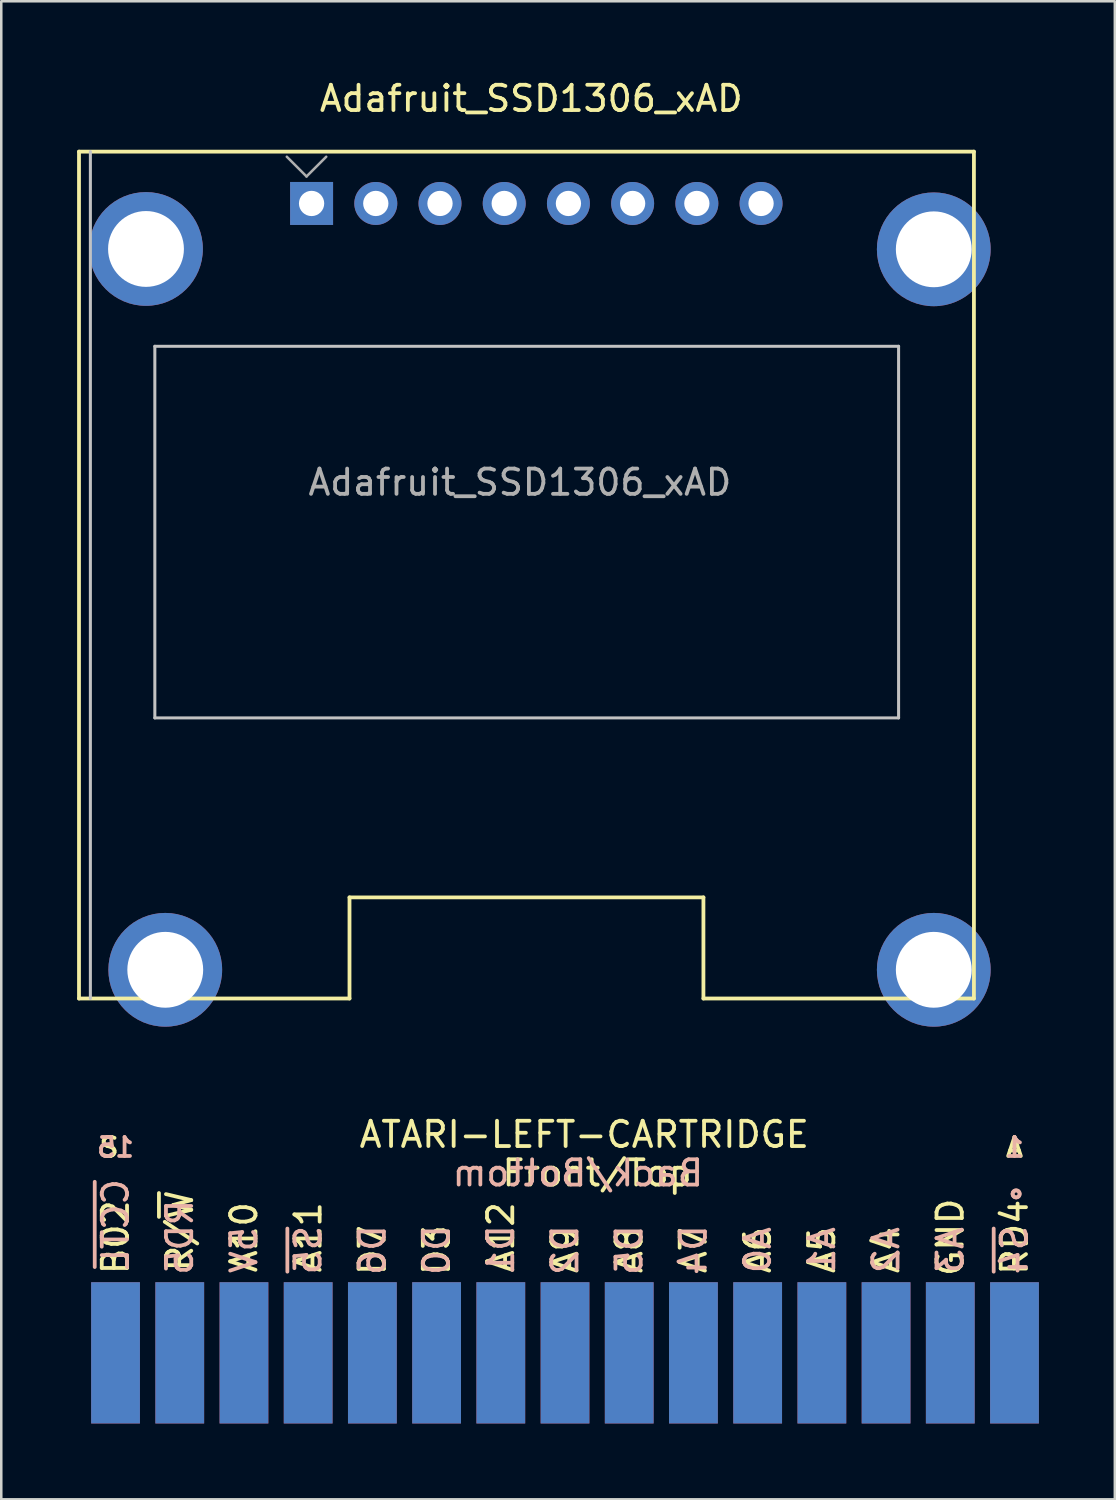
<source format=kicad_pcb>
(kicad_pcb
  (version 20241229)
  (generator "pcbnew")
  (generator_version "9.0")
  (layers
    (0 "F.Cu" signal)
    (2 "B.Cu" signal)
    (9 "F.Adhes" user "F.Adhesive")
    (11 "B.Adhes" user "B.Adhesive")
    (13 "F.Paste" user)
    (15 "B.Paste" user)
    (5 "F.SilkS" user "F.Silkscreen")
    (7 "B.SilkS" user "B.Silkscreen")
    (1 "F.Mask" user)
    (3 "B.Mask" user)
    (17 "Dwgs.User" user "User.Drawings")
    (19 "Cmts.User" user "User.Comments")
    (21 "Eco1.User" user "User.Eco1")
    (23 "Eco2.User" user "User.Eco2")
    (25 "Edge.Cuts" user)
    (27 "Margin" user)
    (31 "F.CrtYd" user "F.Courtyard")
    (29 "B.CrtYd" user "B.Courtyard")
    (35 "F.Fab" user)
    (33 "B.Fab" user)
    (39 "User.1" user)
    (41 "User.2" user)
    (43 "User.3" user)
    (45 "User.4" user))
  (footprint "Adafruit_SSD1306_xAD"
    (layer "F.Cu")
    (at 9.075 5.848)
    (property "Reference" "Adafruit_SSD1306_xAD" (at 8.89 -5 0) (layer "F.SilkS") (effects (font (size 1 1) (thickness 0.15))))
    (attr through_hole)
    (fp_line (start -9 -2.9) (end -9 30.6) (stroke (width 0.15) (type solid)) (layer "F.SilkS"))
    (fp_line (start -9 30.6) (end 1.7 30.6) (stroke (width 0.15) (type solid)) (layer "F.SilkS"))
    (fp_line (start 1.7 26.6) (end 15.7 26.6) (stroke (width 0.15) (type solid)) (layer "F.SilkS"))
    (fp_line (start 1.7 30.6) (end 1.7 26.6) (stroke (width 0.15) (type solid)) (layer "F.SilkS"))
    (fp_line (start 15.7 26.6) (end 15.7 30.6) (stroke (width 0.15) (type solid)) (layer "F.SilkS"))
    (fp_line (start 15.7 30.6) (end 26.4 30.6) (stroke (width 0.15) (type solid)) (layer "F.SilkS"))
    (fp_line (start 26.4 -2.9) (end -9 -2.9) (stroke (width 0.15) (type solid)) (layer "F.SilkS"))
    (fp_line (start 26.4 30.6) (end 26.4 -2.9) (stroke (width 0.15) (type solid)) (layer "F.SilkS"))
    (fp_line (start -8.55 -2.9) (end -8.55 30.6) (stroke (width 0.12) (type solid)) (layer "Dwgs.User"))
    (fp_line (start -6 4.8) (end -6 19.5) (stroke (width 0.12) (type solid)) (layer "Dwgs.User"))
    (fp_line (start -6 4.8) (end 23.42 4.8) (stroke (width 0.12) (type solid)) (layer "Dwgs.User"))
    (fp_line (start -6 19.5) (end 23.42 19.5) (stroke (width 0.12) (type solid)) (layer "Dwgs.User"))
    (fp_line (start 23.42 4.8) (end 23.42 19.5) (stroke (width 0.12) (type solid)) (layer "Dwgs.User"))
    (fp_line (start -0.78 -2.698) (end 0 -1.918) (stroke (width 0.1) (type solid)) (layer "F.Fab"))
    (fp_line (start 0 -1.918) (end 0.78 -2.698) (stroke (width 0.1) (type solid)) (layer "F.Fab"))
    (fp_text user "${REFERENCE}" (at 8.44 10.182 0) (layer "F.Fab") (effects (font (size 1 1) (thickness 0.15))))
    (pad "1" thru_hole rect (at 0.2 -0.85) (size 1.7 1.7) (drill 1) (layers "*.Cu" "*.Mask"))
    (pad "2" thru_hole circle (at 2.74 -0.85) (size 1.7 1.7) (drill 1) (layers "*.Cu" "*.Mask"))
    (pad "3" thru_hole circle (at 5.28 -0.85) (size 1.7 1.7) (drill 1) (layers "*.Cu" "*.Mask"))
    (pad "4" thru_hole circle (at 7.82 -0.85) (size 1.7 1.7) (drill 1) (layers "*.Cu" "*.Mask"))
    (pad "5" thru_hole circle (at 10.36 -0.85) (size 1.7 1.7) (drill 1) (layers "*.Cu" "*.Mask"))
    (pad "6" thru_hole circle (at 12.9 -0.85) (size 1.7 1.7) (drill 1) (layers "*.Cu" "*.Mask"))
    (pad "7" thru_hole circle (at 15.44 -0.85) (size 1.7 1.7) (drill 1) (layers "*.Cu" "*.Mask"))
    (pad "8" thru_hole circle (at 17.98 -0.85) (size 1.7 1.7) (drill 1) (layers "*.Cu" "*.Mask"))
    (pad "9" thru_hole circle (at -6.35 0.95) (size 4.5 4.5) (drill 3) (layers "*.Cu" "*.Mask"))
    (pad "9" thru_hole circle (at -5.588 29.464) (size 4.5 4.5) (drill 3) (layers "*.Cu" "*.Mask"))
    (pad "9" thru_hole circle (at 24.812 0.964) (size 4.5 4.5) (drill 3) (layers "*.Cu" "*.Mask"))
    (pad "9" thru_hole circle (at 24.812 29.464) (size 4.5 4.5) (drill 3) (layers "*.Cu" "*.Mask")))
  (footprint "ATARI-LEFT-CARTRIDGE"
    (layer "F.Cu")
    (at 0.25 40.812)
    (property "Reference" "ATARI-LEFT-CARTRIDGE" (at 19.812 1.016 0) (layer "F.SilkS") (effects (font (size 1 1) (thickness 0.15))))
    (attr through_hole)
    (fp_circle (center 36.894 3.365) (end 36.767 3.429) (stroke (width 0.15) (type solid)) (fill no) (layer "B.SilkS"))
    (fp_circle (center 36.894 3.365) (end 36.83 3.365) (stroke (width 0.15) (type solid)) (fill no) (layer "B.SilkS"))
    (fp_text user "A6" (at 26.67 5.588 90) (layer "F.SilkS") (effects (font (size 1 1) (thickness 0.15))))
    (fp_text user "R/~{W}" (at 3.81 4.826 90) (layer "F.SilkS") (effects (font (size 1 1) (thickness 0.15))))
    (fp_text user "A" (at 36.83 1.524 0) (layer "F.SilkS") (effects (font (size 0.75 0.75) (thickness 0.15))))
    (fp_text user "D7" (at 11.43 5.588 90) (layer "F.SilkS") (effects (font (size 1 1) (thickness 0.15))))
    (fp_text user "A7" (at 24.13 5.588 90) (layer "F.SilkS") (effects (font (size 1 1) (thickness 0.15))))
    (fp_text user "A12" (at 16.51 5.08 90) (layer "F.SilkS") (effects (font (size 1 1) (thickness 0.15))))
    (fp_text user "A10" (at 6.35 5.08 90) (layer "F.SilkS") (effects (font (size 1 1) (thickness 0.15))))
    (fp_text user "A5" (at 29.21 5.588 90) (layer "F.SilkS") (effects (font (size 1 1) (thickness 0.15))))
    (fp_text user "Front/Top" (at 20.32 2.54 0) (layer "F.SilkS") (effects (font (size 1 1) (thickness 0.15))))
    (fp_text user "A8" (at 21.59 5.588 90) (layer "F.SilkS") (effects (font (size 1 1) (thickness 0.15))))
    (fp_text user "B02" (at 1.27 5.08 90) (layer "F.SilkS") (effects (font (size 1 1) (thickness 0.15))))
    (fp_text user "GND" (at 34.29 5.08 90) (layer "F.SilkS") (effects (font (size 1 1) (thickness 0.15))))
    (fp_text user "D3" (at 13.97 5.588 90) (layer "F.SilkS") (effects (font (size 1 1) (thickness 0.15))))
    (fp_text user "S" (at 1.016 1.524 0) (layer "F.SilkS") (effects (font (size 0.75 0.75) (thickness 0.15))))
    (fp_text user "A4" (at 31.75 5.588 90) (layer "F.SilkS") (effects (font (size 1 1) (thickness 0.15))))
    (fp_text user "A11" (at 8.89 5.08 90) (layer "F.SilkS") (effects (font (size 1 1) (thickness 0.15))))
    (fp_text user "RD4" (at 36.83 5.08 90) (layer "F.SilkS") (effects (font (size 1 1) (thickness 0.15))))
    (fp_text user "A9" (at 19.05 5.588 90) (layer "F.SilkS") (effects (font (size 1 1) (thickness 0.15))))
    (fp_text user "5V" (at 6.35 5.588 90) (layer "B.SilkS") (effects (font (size 1 1) (thickness 0.15)) (justify mirror)))
    (fp_text user "A2" (at 31.75 5.588 90) (layer "B.SilkS") (effects (font (size 1 1) (thickness 0.15)) (justify mirror)))
    (fp_text user "~{CCTL}" (at 1.27 4.572 90) (layer "B.SilkS") (effects (font (size 1 1) (thickness 0.15)) (justify mirror)))
    (fp_text user "A0" (at 26.67 5.588 90) (layer "B.SilkS") (effects (font (size 1 1) (thickness 0.15)) (justify mirror)))
    (fp_text user "15" (at 1.27 1.524 0) (layer "B.SilkS") (effects (font (size 0.75 0.75) (thickness 0.15)) (justify mirror)))
    (fp_text user "D0" (at 13.97 5.588 90) (layer "B.SilkS") (effects (font (size 1 1) (thickness 0.15)) (justify mirror)))
    (fp_text user "D5" (at 21.59 5.588 90) (layer "B.SilkS") (effects (font (size 1 1) (thickness 0.15)) (justify mirror)))
    (fp_text user "D1" (at 16.51 5.588 90) (layer "B.SilkS") (effects (font (size 1 1) (thickness 0.15)) (justify mirror)))
    (fp_text user "D6" (at 11.43 5.588 90) (layer "B.SilkS") (effects (font (size 1 1) (thickness 0.15)) (justify mirror)))
    (fp_text user "D4" (at 24.13 5.588 90) (layer "B.SilkS") (effects (font (size 1 1) (thickness 0.15)) (justify mirror)))
    (fp_text user "~{S5}" (at 8.89 5.588 90) (layer "B.SilkS") (effects (font (size 1 1) (thickness 0.15)) (justify mirror)))
    (fp_text user "RD5" (at 3.81 5.08 90) (layer "B.SilkS") (effects (font (size 1 1) (thickness 0.15)) (justify mirror)))
    (fp_text user "A1" (at 29.21 5.588 90) (layer "B.SilkS") (effects (font (size 1 1) (thickness 0.15)) (justify mirror)))
    (fp_text user "A3" (at 34.29 5.588 90) (layer "B.SilkS") (effects (font (size 1 1) (thickness 0.15)) (justify mirror)))
    (fp_text user "D2" (at 19.05 5.588 90) (layer "B.SilkS") (effects (font (size 1 1) (thickness 0.15)) (justify mirror)))
    (fp_text user "Back/Bottom" (at 19.558 2.54 0) (layer "B.SilkS") (effects (font (size 1 1) (thickness 0.15)) (justify mirror)))
    (fp_text user "~{S4}" (at 36.83 5.588 90) (layer "B.SilkS") (effects (font (size 1 1) (thickness 0.15)) (justify mirror)))
    (fp_text user "1" (at 36.83 1.524 0) (layer "B.SilkS") (effects (font (size 0.75 0.75) (thickness 0.15)) (justify mirror)))
    (pad "1" smd rect (at 36.83 9.652 270) (size 5.588 1.93) (layers "B.Cu" "B.Mask" "B.Paste"))
    (pad "2" smd rect (at 34.29 9.652 270) (size 5.588 1.93) (layers "B.Cu" "B.Mask" "B.Paste"))
    (pad "3" smd rect (at 31.75 9.652 270) (size 5.588 1.93) (layers "B.Cu" "B.Mask" "B.Paste"))
    (pad "4" smd rect (at 29.21 9.652 270) (size 5.588 1.93) (layers "B.Cu" "B.Mask" "B.Paste"))
    (pad "5" smd rect (at 26.67 9.652 270) (size 5.588 1.93) (layers "B.Cu" "B.Mask" "B.Paste"))
    (pad "6" smd rect (at 24.13 9.652 270) (size 5.588 1.93) (layers "B.Cu" "B.Mask" "B.Paste"))
    (pad "7" smd rect (at 21.59 9.652 270) (size 5.588 1.93) (layers "B.Cu" "B.Mask" "B.Paste"))
    (pad "8" smd rect (at 19.05 9.652 270) (size 5.588 1.93) (layers "B.Cu" "B.Mask" "B.Paste"))
    (pad "9" smd rect (at 16.51 9.652 270) (size 5.588 1.93) (layers "B.Cu" "B.Mask" "B.Paste"))
    (pad "10" smd rect (at 13.97 9.652 270) (size 5.588 1.93) (layers "B.Cu" "B.Mask" "B.Paste"))
    (pad "11" smd rect (at 11.43 9.652 270) (size 5.588 1.93) (layers "B.Cu" "B.Mask" "B.Paste"))
    (pad "12" smd rect (at 8.89 9.652 270) (size 5.588 1.93) (layers "B.Cu" "B.Mask" "B.Paste"))
    (pad "13" smd rect (at 6.35 9.652 270) (size 5.588 1.93) (layers "B.Cu" "B.Mask" "B.Paste"))
    (pad "14" smd rect (at 3.81 9.652 270) (size 5.588 1.93) (layers "B.Cu" "B.Mask" "B.Paste"))
    (pad "15" smd rect (at 1.27 9.652 270) (size 5.588 1.93) (layers "B.Cu" "B.Mask" "B.Paste"))
    (pad "A" smd rect (at 36.83 9.652 270) (size 5.588 1.93) (layers "F.Cu" "F.Mask" "F.Paste"))
    (pad "B" smd rect (at 34.29 9.652 270) (size 5.588 1.93) (layers "F.Cu" "F.Mask" "F.Paste"))
    (pad "C" smd rect (at 31.75 9.652 270) (size 5.588 1.93) (layers "F.Cu" "F.Mask" "F.Paste"))
    (pad "D" smd rect (at 29.21 9.652 270) (size 5.588 1.93) (layers "F.Cu" "F.Mask" "F.Paste"))
    (pad "E" smd rect (at 26.67 9.652 270) (size 5.588 1.93) (layers "F.Cu" "F.Mask" "F.Paste"))
    (pad "F" smd rect (at 24.13 9.652 270) (size 5.588 1.93) (layers "F.Cu" "F.Mask" "F.Paste"))
    (pad "H" smd rect (at 21.59 9.652 270) (size 5.588 1.93) (layers "F.Cu" "F.Mask" "F.Paste"))
    (pad "J" smd rect (at 19.05 9.652 270) (size 5.588 1.93) (layers "F.Cu" "F.Mask" "F.Paste"))
    (pad "K" smd rect (at 16.51 9.652 270) (size 5.588 1.93) (layers "F.Cu" "F.Mask" "F.Paste"))
    (pad "L" smd rect (at 13.97 9.652 270) (size 5.588 1.93) (layers "F.Cu" "F.Mask" "F.Paste"))
    (pad "M" smd rect (at 11.43 9.652 270) (size 5.588 1.93) (layers "F.Cu" "F.Mask" "F.Paste"))
    (pad "N" smd rect (at 8.89 9.652 270) (size 5.588 1.93) (layers "F.Cu" "F.Mask" "F.Paste"))
    (pad "P" smd rect (at 6.35 9.652 270) (size 5.588 1.93) (layers "F.Cu" "F.Mask" "F.Paste"))
    (pad "R" smd rect (at 3.81 9.652 270) (size 5.588 1.93) (layers "F.Cu" "F.Mask" "F.Paste"))
    (pad "S" smd rect (at 1.27 9.652 270) (size 5.588 1.93) (layers "F.Cu" "F.Mask" "F.Paste")))
  (gr_rect
    (start -3 -3)
    (end 41.049 56.258)
    (stroke (width 0.1) (type default))
    (fill no)
    (layer "Edge.Cuts")))
</source>
